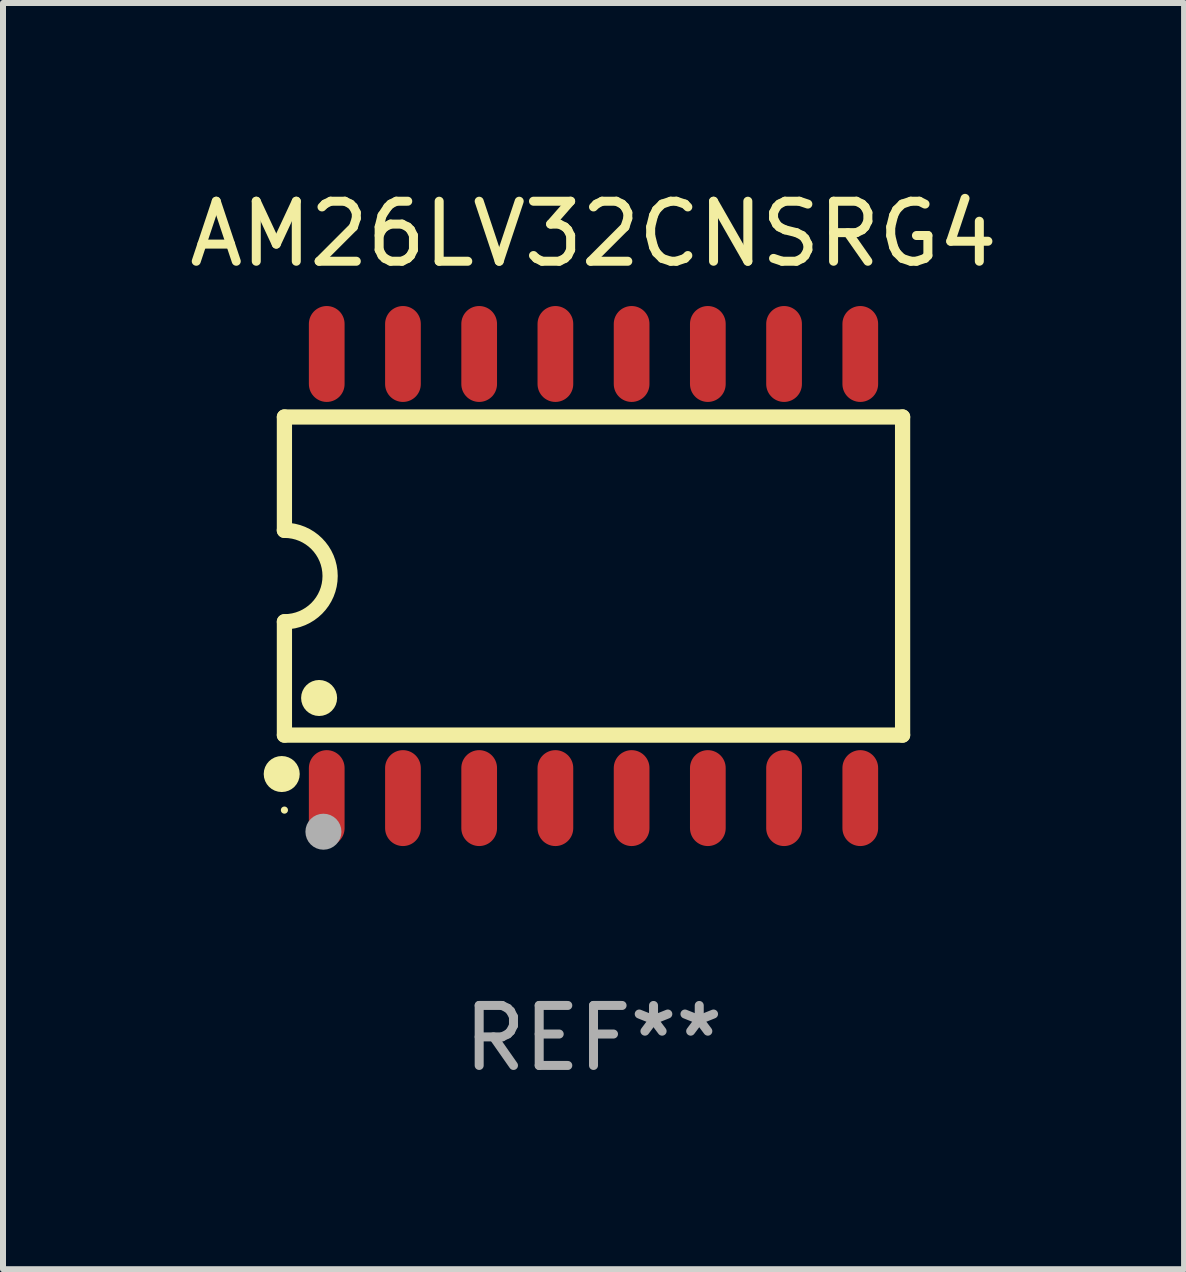
<source format=kicad_pcb>
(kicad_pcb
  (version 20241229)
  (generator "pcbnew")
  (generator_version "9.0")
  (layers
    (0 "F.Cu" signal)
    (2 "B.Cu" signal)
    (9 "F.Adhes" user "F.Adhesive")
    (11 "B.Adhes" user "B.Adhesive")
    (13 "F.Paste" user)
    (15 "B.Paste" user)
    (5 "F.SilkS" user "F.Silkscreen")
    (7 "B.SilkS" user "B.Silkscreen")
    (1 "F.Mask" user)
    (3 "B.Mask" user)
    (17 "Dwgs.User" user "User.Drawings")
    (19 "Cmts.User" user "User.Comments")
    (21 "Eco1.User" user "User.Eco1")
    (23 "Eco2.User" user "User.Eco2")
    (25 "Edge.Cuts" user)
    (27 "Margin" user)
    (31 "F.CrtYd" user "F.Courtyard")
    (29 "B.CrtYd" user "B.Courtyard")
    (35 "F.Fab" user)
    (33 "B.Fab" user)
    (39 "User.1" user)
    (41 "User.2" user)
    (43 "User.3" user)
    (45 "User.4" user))
  (footprint "AM26LV32CNSRG4"
    (layer "F.Cu")
    (at 6.839 6.548)
    (property "Reference" "AM26LV32CNSRG4" (at 0 -5.7 0) (layer "F.SilkS") (effects (font (size 1 1) (thickness 0.15))))
    (attr through_hole)
    (fp_line (start -5.15 -2.65) (end -5.15 -0.762) (stroke (width 0.254) (type solid)) (layer "F.SilkS"))
    (fp_line (start -5.15 -2.65) (end 5.15 -2.65) (stroke (width 0.254) (type solid)) (layer "F.SilkS"))
    (fp_line (start -5.15 2.65) (end -5.15 0.762) (stroke (width 0.254) (type solid)) (layer "F.SilkS"))
    (fp_line (start 5.15 -2.65) (end 5.15 2.65) (stroke (width 0.254) (type solid)) (layer "F.SilkS"))
    (fp_line (start 5.15 2.65) (end -5.15 2.65) (stroke (width 0.254) (type solid)) (layer "F.SilkS"))
    (fp_arc (start -5.151131 -0.762003) (mid -4.389128 -0.000559) (end -5.150013 0.762002) (stroke (width 0.254001) (type solid)) (layer "F.SilkS"))
    (fp_circle (center -5.195 3.299) (end -5.045 3.299) (stroke (width 0.3) (type solid)) (fill no) (layer "F.SilkS"))
    (fp_circle (center -5.15 3.9) (end -5.12 3.9) (stroke (width 0.06) (type solid)) (fill no) (layer "F.SilkS"))
    (fp_circle (center -4.572 2.032) (end -4.422 2.032) (stroke (width 0.3) (type solid)) (fill no) (layer "F.SilkS"))
    (fp_circle (center -4.5 4.26) (end -4.35 4.26) (stroke (width 0.3) (type solid)) (fill no) (layer "F.Fab"))
    (fp_text user "REF**" (at 0 7.7 0) (layer "F.Fab") (effects (font (size 1 1) (thickness 0.15))))
    (pad "1" smd oval (at -4.445 3.7) (size 0.595 1.598) (layers "F.Cu" "F.Mask" "F.Paste"))
    (pad "2" smd oval (at -3.175 3.7) (size 0.595 1.598) (layers "F.Cu" "F.Mask" "F.Paste"))
    (pad "3" smd oval (at -1.905 3.7) (size 0.595 1.598) (layers "F.Cu" "F.Mask" "F.Paste"))
    (pad "4" smd oval (at -0.635 3.7) (size 0.595 1.598) (layers "F.Cu" "F.Mask" "F.Paste"))
    (pad "5" smd oval (at 0.635 3.7) (size 0.595 1.598) (layers "F.Cu" "F.Mask" "F.Paste"))
    (pad "6" smd oval (at 1.905 3.7) (size 0.595 1.598) (layers "F.Cu" "F.Mask" "F.Paste"))
    (pad "7" smd oval (at 3.175 3.7) (size 0.595 1.598) (layers "F.Cu" "F.Mask" "F.Paste"))
    (pad "8" smd oval (at 4.445 3.7) (size 0.595 1.598) (layers "F.Cu" "F.Mask" "F.Paste"))
    (pad "9" smd oval (at 4.445 -3.7) (size 0.595 1.598) (layers "F.Cu" "F.Mask" "F.Paste"))
    (pad "10" smd oval (at 3.175 -3.7) (size 0.595 1.598) (layers "F.Cu" "F.Mask" "F.Paste"))
    (pad "11" smd oval (at 1.905 -3.7) (size 0.595 1.598) (layers "F.Cu" "F.Mask" "F.Paste"))
    (pad "12" smd oval (at 0.635 -3.7) (size 0.595 1.598) (layers "F.Cu" "F.Mask" "F.Paste"))
    (pad "13" smd oval (at -0.635 -3.7) (size 0.595 1.598) (layers "F.Cu" "F.Mask" "F.Paste"))
    (pad "14" smd oval (at -1.905 -3.7) (size 0.595 1.598) (layers "F.Cu" "F.Mask" "F.Paste"))
    (pad "15" smd oval (at -3.175 -3.7) (size 0.595 1.598) (layers "F.Cu" "F.Mask" "F.Paste"))
    (pad "16" smd oval (at -4.445 -3.7) (size 0.595 1.598) (layers "F.Cu" "F.Mask" "F.Paste")))
  (gr_rect
    (start -3 -3)
    (end 16.679 18.097)
    (stroke (width 0.1) (type default))
    (fill no)
    (layer "Edge.Cuts")))
</source>
